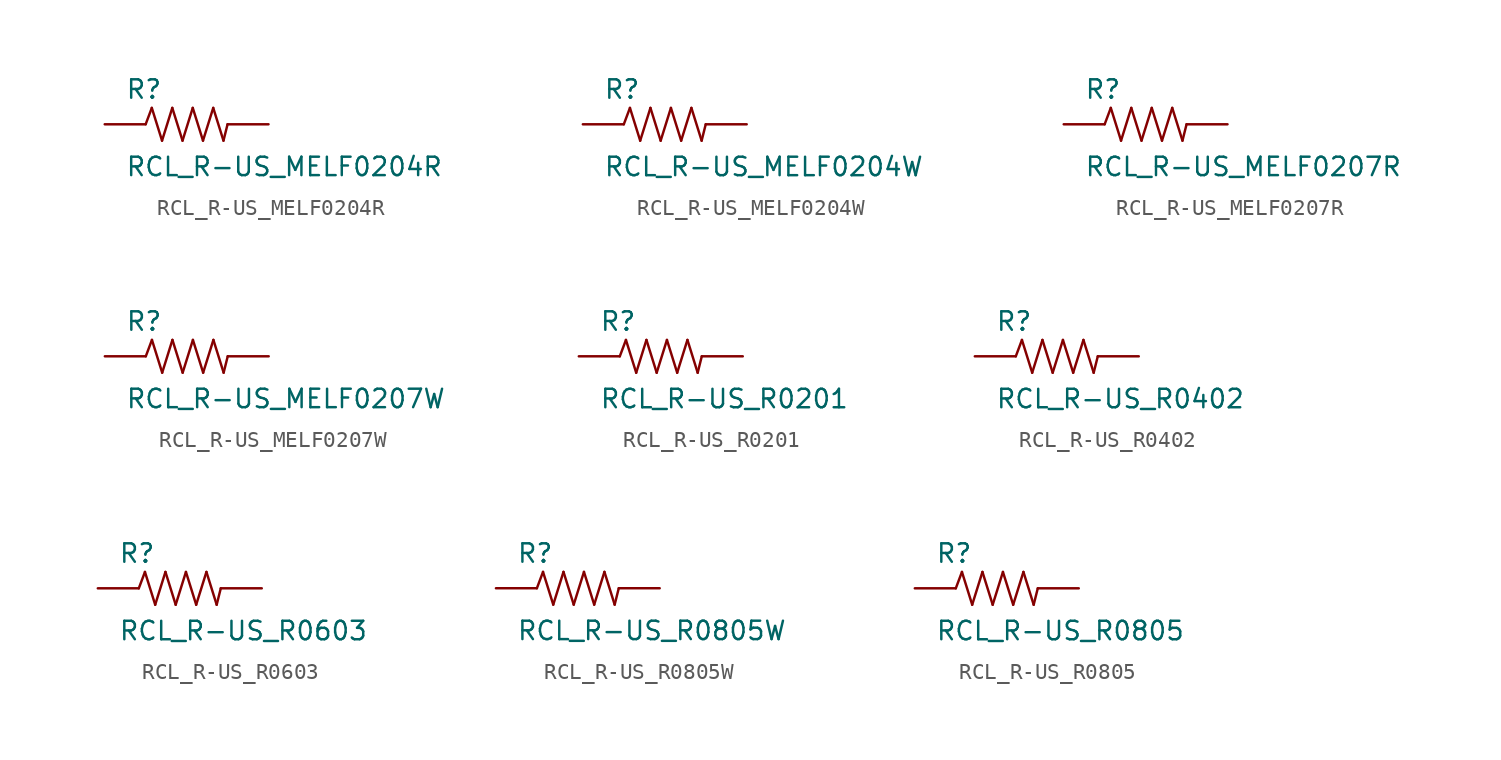
<source format=kicad_sym>
(kicad_symbol_lib
  (version 20210619)
  (generator kicad_symbol_editor)
  (symbol "RCL_R-US_MELF0204R"
    (pin_numbers hide)
    (pin_names
      (offset 1.016) hide)
    (property "Reference" "R"
      (at -3.81 1.499 0)
      (effects (font (size 1.143 1.143)) (justify left bottom)))
    (property "Value" "RCL_R-US_MELF0204R"
      (at -3.81 -3.302 0)
      (effects (font (size 1.143 1.143)) (justify left bottom)))
    (property "ki_locked" ""
      (at 0 0 0)
      (effects (font (size 1.27 1.27))))
    (symbol "RCL_R-US_MELF0204R_1_0"
      (polyline (pts (xy -2.54 0) (xy -2.159 1.016)) (stroke (width 0)) (fill (type none)))
      (polyline (pts (xy -2.159 1.016) (xy -1.524 -1.016)) (stroke (width 0)) (fill (type none)))
      (polyline (pts (xy -1.524 -1.016) (xy -0.889 1.016)) (stroke (width 0)) (fill (type none)))
      (polyline (pts (xy -0.889 1.016) (xy -0.254 -1.016)) (stroke (width 0)) (fill (type none)))
      (polyline (pts (xy -0.254 -1.016) (xy 0.381 1.016)) (stroke (width 0)) (fill (type none)))
      (polyline (pts (xy 0.381 1.016) (xy 1.016 -1.016)) (stroke (width 0)) (fill (type none)))
      (polyline (pts (xy 1.016 -1.016) (xy 1.651 1.016)) (stroke (width 0)) (fill (type none)))
      (polyline (pts (xy 1.651 1.016) (xy 2.286 -1.016)) (stroke (width 0)) (fill (type none)))
      (polyline (pts (xy 2.286 -1.016) (xy 2.54 0)) (stroke (width 0)) (fill (type none))))
    (symbol "RCL_R-US_MELF0204R_1_1"
      (pin passive line (at -5.08 0 0) (length 2.54) (name "1" (effects (font (size 1.016 1.016)))) (number "1" (effects (font (size 1.016 1.016)))))
      (pin passive line (at 5.08 0 180) (length 2.54) (name "2" (effects (font (size 1.016 1.016)))) (number "2" (effects (font (size 1.016 1.016)))))))
  (symbol "RCL_R-US_MELF0204W"
    (pin_numbers hide)
    (pin_names
      (offset 1.016) hide)
    (property "Reference" "R"
      (at -3.81 1.499 0)
      (effects (font (size 1.143 1.143)) (justify left bottom)))
    (property "Value" "RCL_R-US_MELF0204W"
      (at -3.81 -3.302 0)
      (effects (font (size 1.143 1.143)) (justify left bottom)))
    (property "ki_locked" ""
      (at 0 0 0)
      (effects (font (size 1.27 1.27))))
    (symbol "RCL_R-US_MELF0204W_1_0"
      (polyline (pts (xy -2.54 0) (xy -2.159 1.016)) (stroke (width 0)) (fill (type none)))
      (polyline (pts (xy -2.159 1.016) (xy -1.524 -1.016)) (stroke (width 0)) (fill (type none)))
      (polyline (pts (xy -1.524 -1.016) (xy -0.889 1.016)) (stroke (width 0)) (fill (type none)))
      (polyline (pts (xy -0.889 1.016) (xy -0.254 -1.016)) (stroke (width 0)) (fill (type none)))
      (polyline (pts (xy -0.254 -1.016) (xy 0.381 1.016)) (stroke (width 0)) (fill (type none)))
      (polyline (pts (xy 0.381 1.016) (xy 1.016 -1.016)) (stroke (width 0)) (fill (type none)))
      (polyline (pts (xy 1.016 -1.016) (xy 1.651 1.016)) (stroke (width 0)) (fill (type none)))
      (polyline (pts (xy 1.651 1.016) (xy 2.286 -1.016)) (stroke (width 0)) (fill (type none)))
      (polyline (pts (xy 2.286 -1.016) (xy 2.54 0)) (stroke (width 0)) (fill (type none))))
    (symbol "RCL_R-US_MELF0204W_1_1"
      (pin passive line (at -5.08 0 0) (length 2.54) (name "1" (effects (font (size 1.016 1.016)))) (number "1" (effects (font (size 1.016 1.016)))))
      (pin passive line (at 5.08 0 180) (length 2.54) (name "2" (effects (font (size 1.016 1.016)))) (number "2" (effects (font (size 1.016 1.016)))))))
  (symbol "RCL_R-US_MELF0207R"
    (pin_numbers hide)
    (pin_names
      (offset 1.016) hide)
    (property "Reference" "R"
      (at -3.81 1.499 0)
      (effects (font (size 1.143 1.143)) (justify left bottom)))
    (property "Value" "RCL_R-US_MELF0207R"
      (at -3.81 -3.302 0)
      (effects (font (size 1.143 1.143)) (justify left bottom)))
    (property "ki_locked" ""
      (at 0 0 0)
      (effects (font (size 1.27 1.27))))
    (symbol "RCL_R-US_MELF0207R_1_0"
      (polyline (pts (xy -2.54 0) (xy -2.159 1.016)) (stroke (width 0)) (fill (type none)))
      (polyline (pts (xy -2.159 1.016) (xy -1.524 -1.016)) (stroke (width 0)) (fill (type none)))
      (polyline (pts (xy -1.524 -1.016) (xy -0.889 1.016)) (stroke (width 0)) (fill (type none)))
      (polyline (pts (xy -0.889 1.016) (xy -0.254 -1.016)) (stroke (width 0)) (fill (type none)))
      (polyline (pts (xy -0.254 -1.016) (xy 0.381 1.016)) (stroke (width 0)) (fill (type none)))
      (polyline (pts (xy 0.381 1.016) (xy 1.016 -1.016)) (stroke (width 0)) (fill (type none)))
      (polyline (pts (xy 1.016 -1.016) (xy 1.651 1.016)) (stroke (width 0)) (fill (type none)))
      (polyline (pts (xy 1.651 1.016) (xy 2.286 -1.016)) (stroke (width 0)) (fill (type none)))
      (polyline (pts (xy 2.286 -1.016) (xy 2.54 0)) (stroke (width 0)) (fill (type none))))
    (symbol "RCL_R-US_MELF0207R_1_1"
      (pin passive line (at -5.08 0 0) (length 2.54) (name "1" (effects (font (size 1.016 1.016)))) (number "1" (effects (font (size 1.016 1.016)))))
      (pin passive line (at 5.08 0 180) (length 2.54) (name "2" (effects (font (size 1.016 1.016)))) (number "2" (effects (font (size 1.016 1.016)))))))
  (symbol "RCL_R-US_MELF0207W"
    (pin_numbers hide)
    (pin_names
      (offset 1.016) hide)
    (property "Reference" "R"
      (at -3.81 1.499 0)
      (effects (font (size 1.143 1.143)) (justify left bottom)))
    (property "Value" "RCL_R-US_MELF0207W"
      (at -3.81 -3.302 0)
      (effects (font (size 1.143 1.143)) (justify left bottom)))
    (property "ki_locked" ""
      (at 0 0 0)
      (effects (font (size 1.27 1.27))))
    (symbol "RCL_R-US_MELF0207W_1_0"
      (polyline (pts (xy -2.54 0) (xy -2.159 1.016)) (stroke (width 0)) (fill (type none)))
      (polyline (pts (xy -2.159 1.016) (xy -1.524 -1.016)) (stroke (width 0)) (fill (type none)))
      (polyline (pts (xy -1.524 -1.016) (xy -0.889 1.016)) (stroke (width 0)) (fill (type none)))
      (polyline (pts (xy -0.889 1.016) (xy -0.254 -1.016)) (stroke (width 0)) (fill (type none)))
      (polyline (pts (xy -0.254 -1.016) (xy 0.381 1.016)) (stroke (width 0)) (fill (type none)))
      (polyline (pts (xy 0.381 1.016) (xy 1.016 -1.016)) (stroke (width 0)) (fill (type none)))
      (polyline (pts (xy 1.016 -1.016) (xy 1.651 1.016)) (stroke (width 0)) (fill (type none)))
      (polyline (pts (xy 1.651 1.016) (xy 2.286 -1.016)) (stroke (width 0)) (fill (type none)))
      (polyline (pts (xy 2.286 -1.016) (xy 2.54 0)) (stroke (width 0)) (fill (type none))))
    (symbol "RCL_R-US_MELF0207W_1_1"
      (pin passive line (at -5.08 0 0) (length 2.54) (name "1" (effects (font (size 1.016 1.016)))) (number "1" (effects (font (size 1.016 1.016)))))
      (pin passive line (at 5.08 0 180) (length 2.54) (name "2" (effects (font (size 1.016 1.016)))) (number "2" (effects (font (size 1.016 1.016)))))))
  (symbol "RCL_R-US_R0201"
    (pin_numbers hide)
    (pin_names
      (offset 1.016) hide)
    (property "Reference" "R"
      (at -3.81 1.499 0)
      (effects (font (size 1.143 1.143)) (justify left bottom)))
    (property "Value" "RCL_R-US_R0201"
      (at -3.81 -3.302 0)
      (effects (font (size 1.143 1.143)) (justify left bottom)))
    (property "ki_locked" ""
      (at 0 0 0)
      (effects (font (size 1.27 1.27))))
    (symbol "RCL_R-US_R0201_1_0"
      (polyline (pts (xy -2.54 0) (xy -2.159 1.016)) (stroke (width 0)) (fill (type none)))
      (polyline (pts (xy -2.159 1.016) (xy -1.524 -1.016)) (stroke (width 0)) (fill (type none)))
      (polyline (pts (xy -1.524 -1.016) (xy -0.889 1.016)) (stroke (width 0)) (fill (type none)))
      (polyline (pts (xy -0.889 1.016) (xy -0.254 -1.016)) (stroke (width 0)) (fill (type none)))
      (polyline (pts (xy -0.254 -1.016) (xy 0.381 1.016)) (stroke (width 0)) (fill (type none)))
      (polyline (pts (xy 0.381 1.016) (xy 1.016 -1.016)) (stroke (width 0)) (fill (type none)))
      (polyline (pts (xy 1.016 -1.016) (xy 1.651 1.016)) (stroke (width 0)) (fill (type none)))
      (polyline (pts (xy 1.651 1.016) (xy 2.286 -1.016)) (stroke (width 0)) (fill (type none)))
      (polyline (pts (xy 2.286 -1.016) (xy 2.54 0)) (stroke (width 0)) (fill (type none))))
    (symbol "RCL_R-US_R0201_1_1"
      (pin passive line (at -5.08 0 0) (length 2.54) (name "1" (effects (font (size 1.016 1.016)))) (number "1" (effects (font (size 1.016 1.016)))))
      (pin passive line (at 5.08 0 180) (length 2.54) (name "2" (effects (font (size 1.016 1.016)))) (number "2" (effects (font (size 1.016 1.016)))))))
  (symbol "RCL_R-US_R0402"
    (pin_numbers hide)
    (pin_names
      (offset 1.016) hide)
    (property "Reference" "R"
      (at -3.81 1.499 0)
      (effects (font (size 1.143 1.143)) (justify left bottom)))
    (property "Value" "RCL_R-US_R0402"
      (at -3.81 -3.302 0)
      (effects (font (size 1.143 1.143)) (justify left bottom)))
    (property "ki_locked" ""
      (at 0 0 0)
      (effects (font (size 1.27 1.27))))
    (symbol "RCL_R-US_R0402_1_0"
      (polyline (pts (xy -2.54 0) (xy -2.159 1.016)) (stroke (width 0)) (fill (type none)))
      (polyline (pts (xy -2.159 1.016) (xy -1.524 -1.016)) (stroke (width 0)) (fill (type none)))
      (polyline (pts (xy -1.524 -1.016) (xy -0.889 1.016)) (stroke (width 0)) (fill (type none)))
      (polyline (pts (xy -0.889 1.016) (xy -0.254 -1.016)) (stroke (width 0)) (fill (type none)))
      (polyline (pts (xy -0.254 -1.016) (xy 0.381 1.016)) (stroke (width 0)) (fill (type none)))
      (polyline (pts (xy 0.381 1.016) (xy 1.016 -1.016)) (stroke (width 0)) (fill (type none)))
      (polyline (pts (xy 1.016 -1.016) (xy 1.651 1.016)) (stroke (width 0)) (fill (type none)))
      (polyline (pts (xy 1.651 1.016) (xy 2.286 -1.016)) (stroke (width 0)) (fill (type none)))
      (polyline (pts (xy 2.286 -1.016) (xy 2.54 0)) (stroke (width 0)) (fill (type none))))
    (symbol "RCL_R-US_R0402_1_1"
      (pin passive line (at -5.08 0 0) (length 2.54) (name "1" (effects (font (size 1.016 1.016)))) (number "1" (effects (font (size 1.016 1.016)))))
      (pin passive line (at 5.08 0 180) (length 2.54) (name "2" (effects (font (size 1.016 1.016)))) (number "2" (effects (font (size 1.016 1.016)))))))
  (symbol "RCL_R-US_R0603"
    (pin_numbers hide)
    (pin_names
      (offset 1.016) hide)
    (property "Reference" "R"
      (at -3.81 1.499 0)
      (effects (font (size 1.143 1.143)) (justify left bottom)))
    (property "Value" "RCL_R-US_R0603"
      (at -3.81 -3.302 0)
      (effects (font (size 1.143 1.143)) (justify left bottom)))
    (property "ki_locked" ""
      (at 0 0 0)
      (effects (font (size 1.27 1.27))))
    (symbol "RCL_R-US_R0603_1_0"
      (polyline (pts (xy -2.54 0) (xy -2.159 1.016)) (stroke (width 0)) (fill (type none)))
      (polyline (pts (xy -2.159 1.016) (xy -1.524 -1.016)) (stroke (width 0)) (fill (type none)))
      (polyline (pts (xy -1.524 -1.016) (xy -0.889 1.016)) (stroke (width 0)) (fill (type none)))
      (polyline (pts (xy -0.889 1.016) (xy -0.254 -1.016)) (stroke (width 0)) (fill (type none)))
      (polyline (pts (xy -0.254 -1.016) (xy 0.381 1.016)) (stroke (width 0)) (fill (type none)))
      (polyline (pts (xy 0.381 1.016) (xy 1.016 -1.016)) (stroke (width 0)) (fill (type none)))
      (polyline (pts (xy 1.016 -1.016) (xy 1.651 1.016)) (stroke (width 0)) (fill (type none)))
      (polyline (pts (xy 1.651 1.016) (xy 2.286 -1.016)) (stroke (width 0)) (fill (type none)))
      (polyline (pts (xy 2.286 -1.016) (xy 2.54 0)) (stroke (width 0)) (fill (type none))))
    (symbol "RCL_R-US_R0603_1_1"
      (pin passive line (at -5.08 0 0) (length 2.54) (name "1" (effects (font (size 1.016 1.016)))) (number "1" (effects (font (size 1.016 1.016)))))
      (pin passive line (at 5.08 0 180) (length 2.54) (name "2" (effects (font (size 1.016 1.016)))) (number "2" (effects (font (size 1.016 1.016)))))))
  (symbol "RCL_R-US_R0805W"
    (pin_numbers hide)
    (pin_names
      (offset 1.016) hide)
    (property "Reference" "R"
      (at -3.81 1.499 0)
      (effects (font (size 1.143 1.143)) (justify left bottom)))
    (property "Value" "RCL_R-US_R0805W"
      (at -3.81 -3.302 0)
      (effects (font (size 1.143 1.143)) (justify left bottom)))
    (property "ki_locked" ""
      (at 0 0 0)
      (effects (font (size 1.27 1.27))))
    (symbol "RCL_R-US_R0805W_1_0"
      (polyline (pts (xy -2.54 0) (xy -2.159 1.016)) (stroke (width 0)) (fill (type none)))
      (polyline (pts (xy -2.159 1.016) (xy -1.524 -1.016)) (stroke (width 0)) (fill (type none)))
      (polyline (pts (xy -1.524 -1.016) (xy -0.889 1.016)) (stroke (width 0)) (fill (type none)))
      (polyline (pts (xy -0.889 1.016) (xy -0.254 -1.016)) (stroke (width 0)) (fill (type none)))
      (polyline (pts (xy -0.254 -1.016) (xy 0.381 1.016)) (stroke (width 0)) (fill (type none)))
      (polyline (pts (xy 0.381 1.016) (xy 1.016 -1.016)) (stroke (width 0)) (fill (type none)))
      (polyline (pts (xy 1.016 -1.016) (xy 1.651 1.016)) (stroke (width 0)) (fill (type none)))
      (polyline (pts (xy 1.651 1.016) (xy 2.286 -1.016)) (stroke (width 0)) (fill (type none)))
      (polyline (pts (xy 2.286 -1.016) (xy 2.54 0)) (stroke (width 0)) (fill (type none))))
    (symbol "RCL_R-US_R0805W_1_1"
      (pin passive line (at -5.08 0 0) (length 2.54) (name "1" (effects (font (size 1.016 1.016)))) (number "1" (effects (font (size 1.016 1.016)))))
      (pin passive line (at 5.08 0 180) (length 2.54) (name "2" (effects (font (size 1.016 1.016)))) (number "2" (effects (font (size 1.016 1.016)))))))
  (symbol "RCL_R-US_R0805"
    (pin_numbers hide)
    (pin_names
      (offset 1.016) hide)
    (property "Reference" "R"
      (at -3.81 1.499 0)
      (effects (font (size 1.143 1.143)) (justify left bottom)))
    (property "Value" "RCL_R-US_R0805"
      (at -3.81 -3.302 0)
      (effects (font (size 1.143 1.143)) (justify left bottom)))
    (property "ki_locked" ""
      (at 0 0 0)
      (effects (font (size 1.27 1.27))))
    (symbol "RCL_R-US_R0805_1_0"
      (polyline (pts (xy -2.54 0) (xy -2.159 1.016)) (stroke (width 0)) (fill (type none)))
      (polyline (pts (xy -2.159 1.016) (xy -1.524 -1.016)) (stroke (width 0)) (fill (type none)))
      (polyline (pts (xy -1.524 -1.016) (xy -0.889 1.016)) (stroke (width 0)) (fill (type none)))
      (polyline (pts (xy -0.889 1.016) (xy -0.254 -1.016)) (stroke (width 0)) (fill (type none)))
      (polyline (pts (xy -0.254 -1.016) (xy 0.381 1.016)) (stroke (width 0)) (fill (type none)))
      (polyline (pts (xy 0.381 1.016) (xy 1.016 -1.016)) (stroke (width 0)) (fill (type none)))
      (polyline (pts (xy 1.016 -1.016) (xy 1.651 1.016)) (stroke (width 0)) (fill (type none)))
      (polyline (pts (xy 1.651 1.016) (xy 2.286 -1.016)) (stroke (width 0)) (fill (type none)))
      (polyline (pts (xy 2.286 -1.016) (xy 2.54 0)) (stroke (width 0)) (fill (type none))))
    (symbol "RCL_R-US_R0805_1_1"
      (pin passive line (at -5.08 0 0) (length 2.54) (name "1" (effects (font (size 1.016 1.016)))) (number "1" (effects (font (size 1.016 1.016)))))
      (pin passive line (at 5.08 0 180) (length 2.54) (name "2" (effects (font (size 1.016 1.016)))) (number "2" (effects (font (size 1.016 1.016))))))))
</source>
